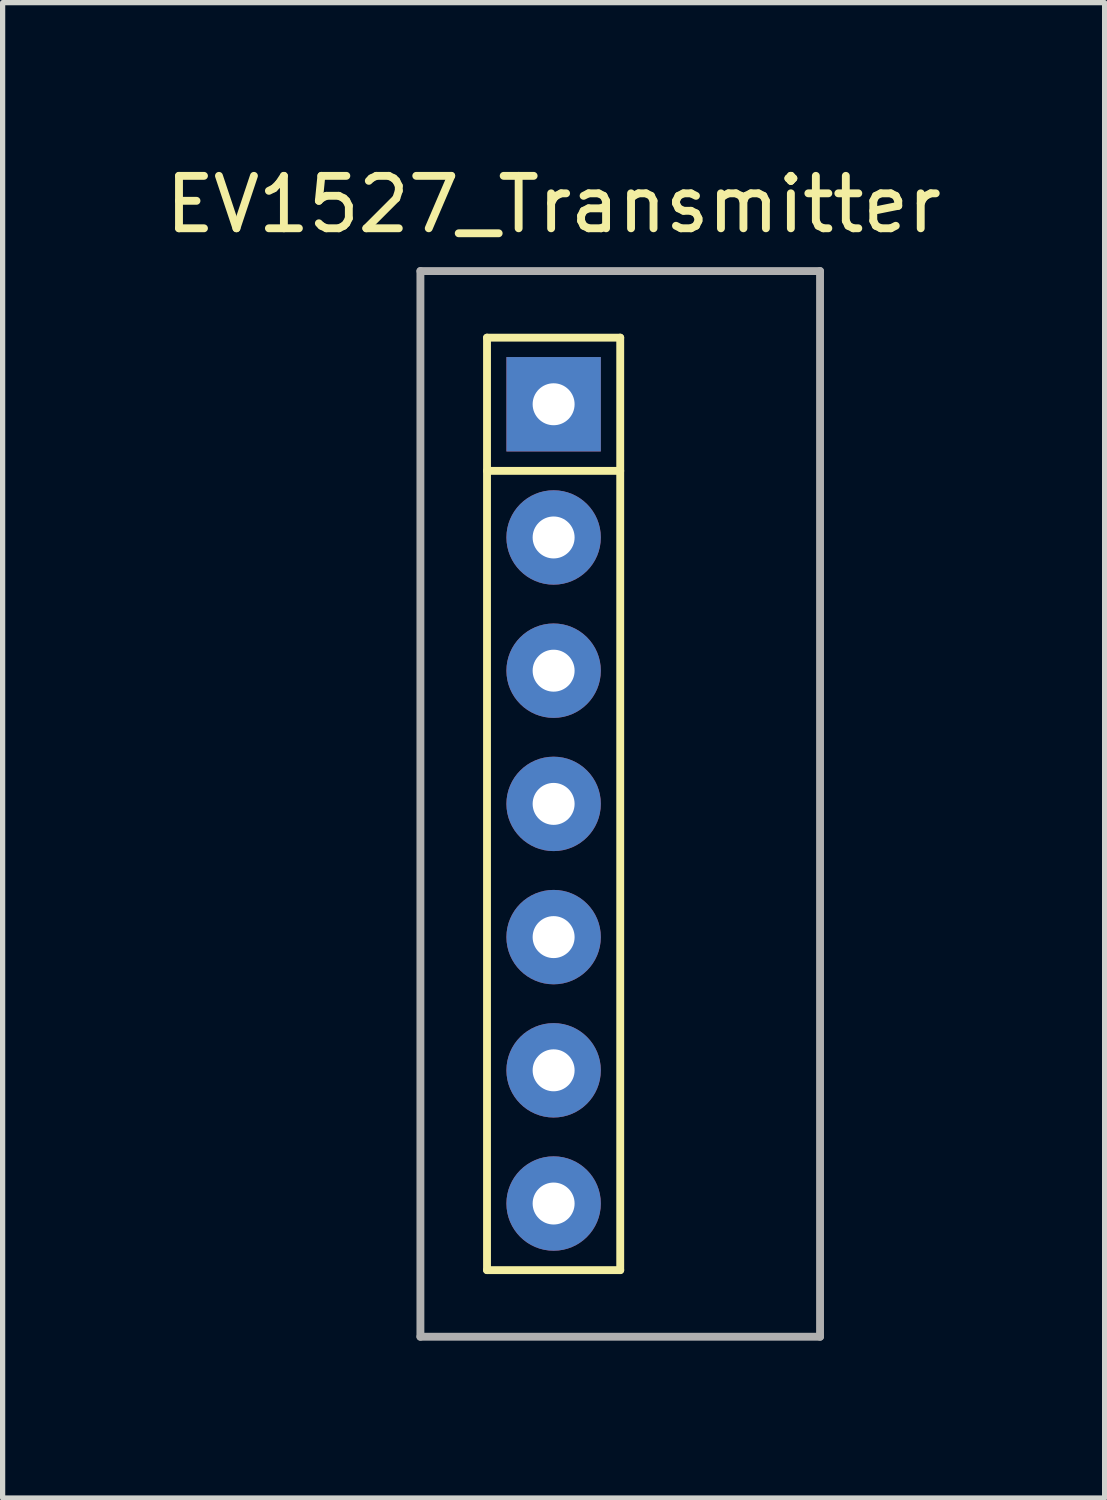
<source format=kicad_pcb>
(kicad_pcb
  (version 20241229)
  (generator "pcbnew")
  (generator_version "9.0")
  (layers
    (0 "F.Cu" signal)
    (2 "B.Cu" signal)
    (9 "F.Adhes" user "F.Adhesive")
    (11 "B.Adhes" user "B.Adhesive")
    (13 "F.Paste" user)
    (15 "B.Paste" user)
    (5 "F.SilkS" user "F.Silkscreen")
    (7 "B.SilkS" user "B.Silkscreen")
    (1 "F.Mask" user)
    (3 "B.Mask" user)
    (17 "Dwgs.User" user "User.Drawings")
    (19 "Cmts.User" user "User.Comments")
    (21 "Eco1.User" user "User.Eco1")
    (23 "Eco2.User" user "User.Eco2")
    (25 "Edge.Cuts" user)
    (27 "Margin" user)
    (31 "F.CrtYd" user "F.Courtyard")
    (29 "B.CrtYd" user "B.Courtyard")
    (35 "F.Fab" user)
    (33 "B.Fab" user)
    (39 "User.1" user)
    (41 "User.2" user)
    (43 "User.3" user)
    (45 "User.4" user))
  (footprint "EV1527_Transmitter"
    (layer "F.Cu")
    (at 7.506 4.658)
    (property "Reference" "EV1527_Transmitter" (at 0 -3.81 0) (layer "F.SilkS") (effects (font (size 1 1) (thickness 0.15))))
    (attr through_hole)
    (fp_line (start -1.27 -1.27) (end 1.27 -1.27) (stroke (width 0.15) (type solid)) (layer "F.SilkS"))
    (fp_line (start -1.27 1.27) (end 1.27 1.27) (stroke (width 0.15) (type solid)) (layer "F.SilkS"))
    (fp_line (start -1.27 16.51) (end -1.27 -1.27) (stroke (width 0.15) (type solid)) (layer "F.SilkS"))
    (fp_line (start 1.27 -1.27) (end 1.27 16.51) (stroke (width 0.15) (type solid)) (layer "F.SilkS"))
    (fp_line (start 1.27 16.51) (end -1.27 16.51) (stroke (width 0.15) (type solid)) (layer "F.SilkS"))
    (fp_line (start -2.54 -2.54) (end 5.08 -2.54) (stroke (width 0.15) (type solid)) (layer "F.Fab"))
    (fp_line (start -2.54 17.78) (end -2.54 -2.54) (stroke (width 0.15) (type solid)) (layer "F.Fab"))
    (fp_line (start 5.08 -2.54) (end 5.08 17.78) (stroke (width 0.15) (type solid)) (layer "F.Fab"))
    (fp_line (start 5.08 17.78) (end -2.54 17.78) (stroke (width 0.15) (type solid)) (layer "F.Fab"))
    (pad "1" thru_hole rect (at 0 0) (size 1.8 1.8) (drill 0.8) (layers "*.Cu" "*.Mask"))
    (pad "2" thru_hole circle (at 0 2.54) (size 1.8 1.8) (drill 0.8) (layers "*.Cu" "*.Mask"))
    (pad "3" thru_hole circle (at 0 5.08) (size 1.8 1.8) (drill 0.8) (layers "*.Cu" "*.Mask"))
    (pad "4" thru_hole circle (at 0 7.62) (size 1.8 1.8) (drill 0.8) (layers "*.Cu" "*.Mask"))
    (pad "5" thru_hole circle (at 0 10.16) (size 1.8 1.8) (drill 0.8) (layers "*.Cu" "*.Mask"))
    (pad "6" thru_hole circle (at 0 12.7) (size 1.8 1.8) (drill 0.8) (layers "*.Cu" "*.Mask"))
    (pad "7" thru_hole circle (at 0 15.24) (size 1.8 1.8) (drill 0.8) (layers "*.Cu" "*.Mask")))
  (gr_rect
    (start -3 -3)
    (end 18.012 25.513)
    (stroke (width 0.1) (type default))
    (fill no)
    (layer "Edge.Cuts")))
</source>
